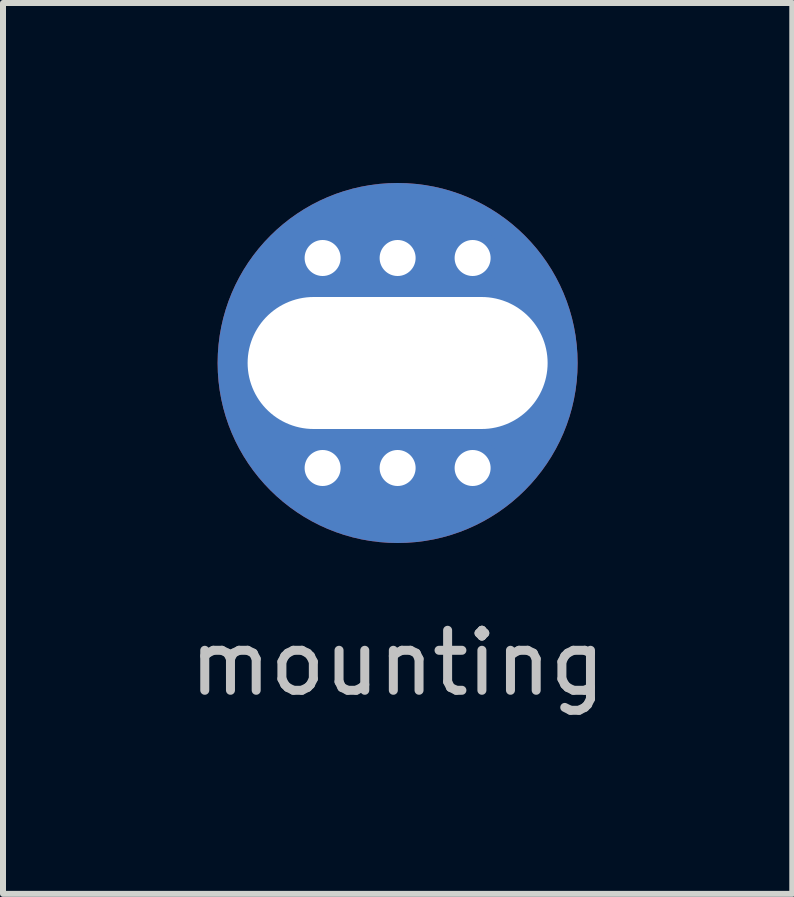
<source format=kicad_pcb>
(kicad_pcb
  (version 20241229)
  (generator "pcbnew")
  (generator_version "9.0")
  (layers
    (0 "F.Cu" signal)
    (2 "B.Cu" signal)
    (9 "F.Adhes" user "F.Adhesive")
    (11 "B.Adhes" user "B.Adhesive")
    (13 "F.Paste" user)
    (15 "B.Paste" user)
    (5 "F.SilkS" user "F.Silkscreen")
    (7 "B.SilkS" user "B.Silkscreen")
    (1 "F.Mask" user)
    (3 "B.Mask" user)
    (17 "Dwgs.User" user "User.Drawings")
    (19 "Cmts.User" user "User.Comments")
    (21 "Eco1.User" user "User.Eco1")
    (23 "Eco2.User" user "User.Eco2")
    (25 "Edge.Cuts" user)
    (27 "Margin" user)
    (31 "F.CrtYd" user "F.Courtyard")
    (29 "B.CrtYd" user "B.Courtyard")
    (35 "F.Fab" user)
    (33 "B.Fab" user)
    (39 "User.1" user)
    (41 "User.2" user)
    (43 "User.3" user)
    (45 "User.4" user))
  (footprint "mounting"
    (layer "F.Cu")
    (at 3.577 3)
    (property "Reference" "mounting" (at 0 5 0) (layer "Dwgs.User") (effects (font (size 1 1) (thickness 0.15))))
    (attr through_hole)
    (pad "1" thru_hole circle (at -1.25 -1.75) (size 1 1) (drill 0.6) (layers "*.Cu" "*.Mask"))
    (pad "1" thru_hole circle (at -1.25 1.75) (size 1 1) (drill 0.6) (layers "*.Cu" "*.Mask"))
    (pad "1" thru_hole circle (at 0 -1.75) (size 1 1) (drill 0.6) (layers "*.Cu" "*.Mask"))
    (pad "1" thru_hole circle (at 0 0) (size 6 6) (drill oval 5 2.2) (layers "*.Cu" "*.Mask"))
    (pad "1" thru_hole circle (at 0 1.75) (size 1 1) (drill 0.6) (layers "*.Cu" "*.Mask"))
    (pad "1" thru_hole circle (at 1.25 -1.75) (size 1 1) (drill 0.6) (layers "*.Cu" "*.Mask"))
    (pad "1" thru_hole circle (at 1.25 1.75) (size 1 1) (drill 0.6) (layers "*.Cu" "*.Mask")))
  (gr_rect
    (start -3 -3)
    (end 10.155 11.848)
    (stroke (width 0.1) (type default))
    (fill no)
    (layer "Edge.Cuts")))
</source>
